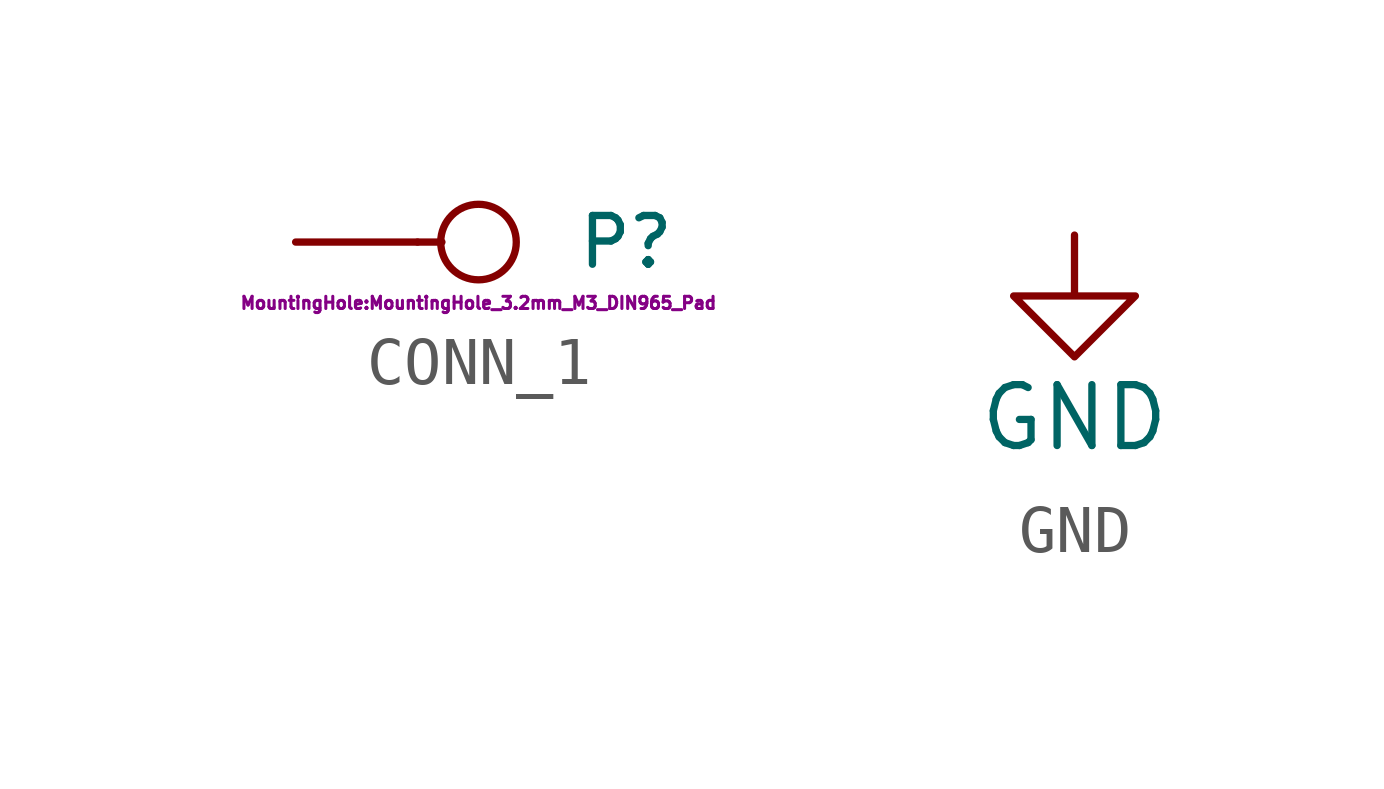
<source format=kicad_sym>
(kicad_symbol_lib
  (version 20241209)
  (generator "kicad_symbol_editor")
  (generator_version "9.0")
  (symbol "CONN_1"
    (pin_numbers
      (hide yes))
    (pin_names
      (offset 0.762)
      (hide yes))
    (property "Reference" "P"
      (at 2.032 0 0)
      (effects (font (size 1.016 1.016)) (justify left)))
    (property "Footprint" "MountingHole:MountingHole_3.2mm_M3_DIN965_Pad"
      (at 0 -1.27 0)
      (effects (font (size 0.254 0.254))))
    (property "Datasheet" ""
      (at 0 0 0)
      (effects (font (size 1.524 1.524))))
    (symbol "CONN_1_0_1"
      (polyline (pts (xy -0.762 0) (xy -1.27 0)) (stroke (width 0) (type default)) (fill (type none)))
      (circle (center 0 0) (radius 0.787) (stroke (width 0) (type default)) (fill (type none))))
    (symbol "CONN_1_1_1"
      (pin passive line (at -3.81 0 0) (length 2.54) (name "1" (effects (font (size 1.524 1.524)))) (number "1" (effects (font (size 1.524 1.524)))))))
  (symbol "GND"
    (power)
    (pin_names
      (offset 0))
    (property "Reference" "#PWR"
      (at 0 -6.35 0)
      (effects (font (size 1.27 1.27)) (hide yes)))
    (property "Value" "GND"
      (at 0 -3.81 0)
      (effects (font (size 1.27 1.27))))
    (property "Footprint" ""
      (at 0 0 0)
      (effects (font (size 1.524 1.524))))
    (property "Datasheet" ""
      (at 0 0 0)
      (effects (font (size 1.524 1.524))))
    (symbol "GND_0_1"
      (polyline (pts (xy 0 0) (xy 0 -1.27) (xy 1.27 -1.27) (xy 0 -2.54) (xy -1.27 -1.27) (xy 0 -1.27)) (stroke (width 0) (type default)) (fill (type none))))
    (symbol "GND_1_1"
      (pin power_in line (at 0 0 270) (length 0) (hide yes) (name "GND" (effects (font (size 1.27 1.27)))) (number "1" (effects (font (size 1.27 1.27))))))))
</source>
